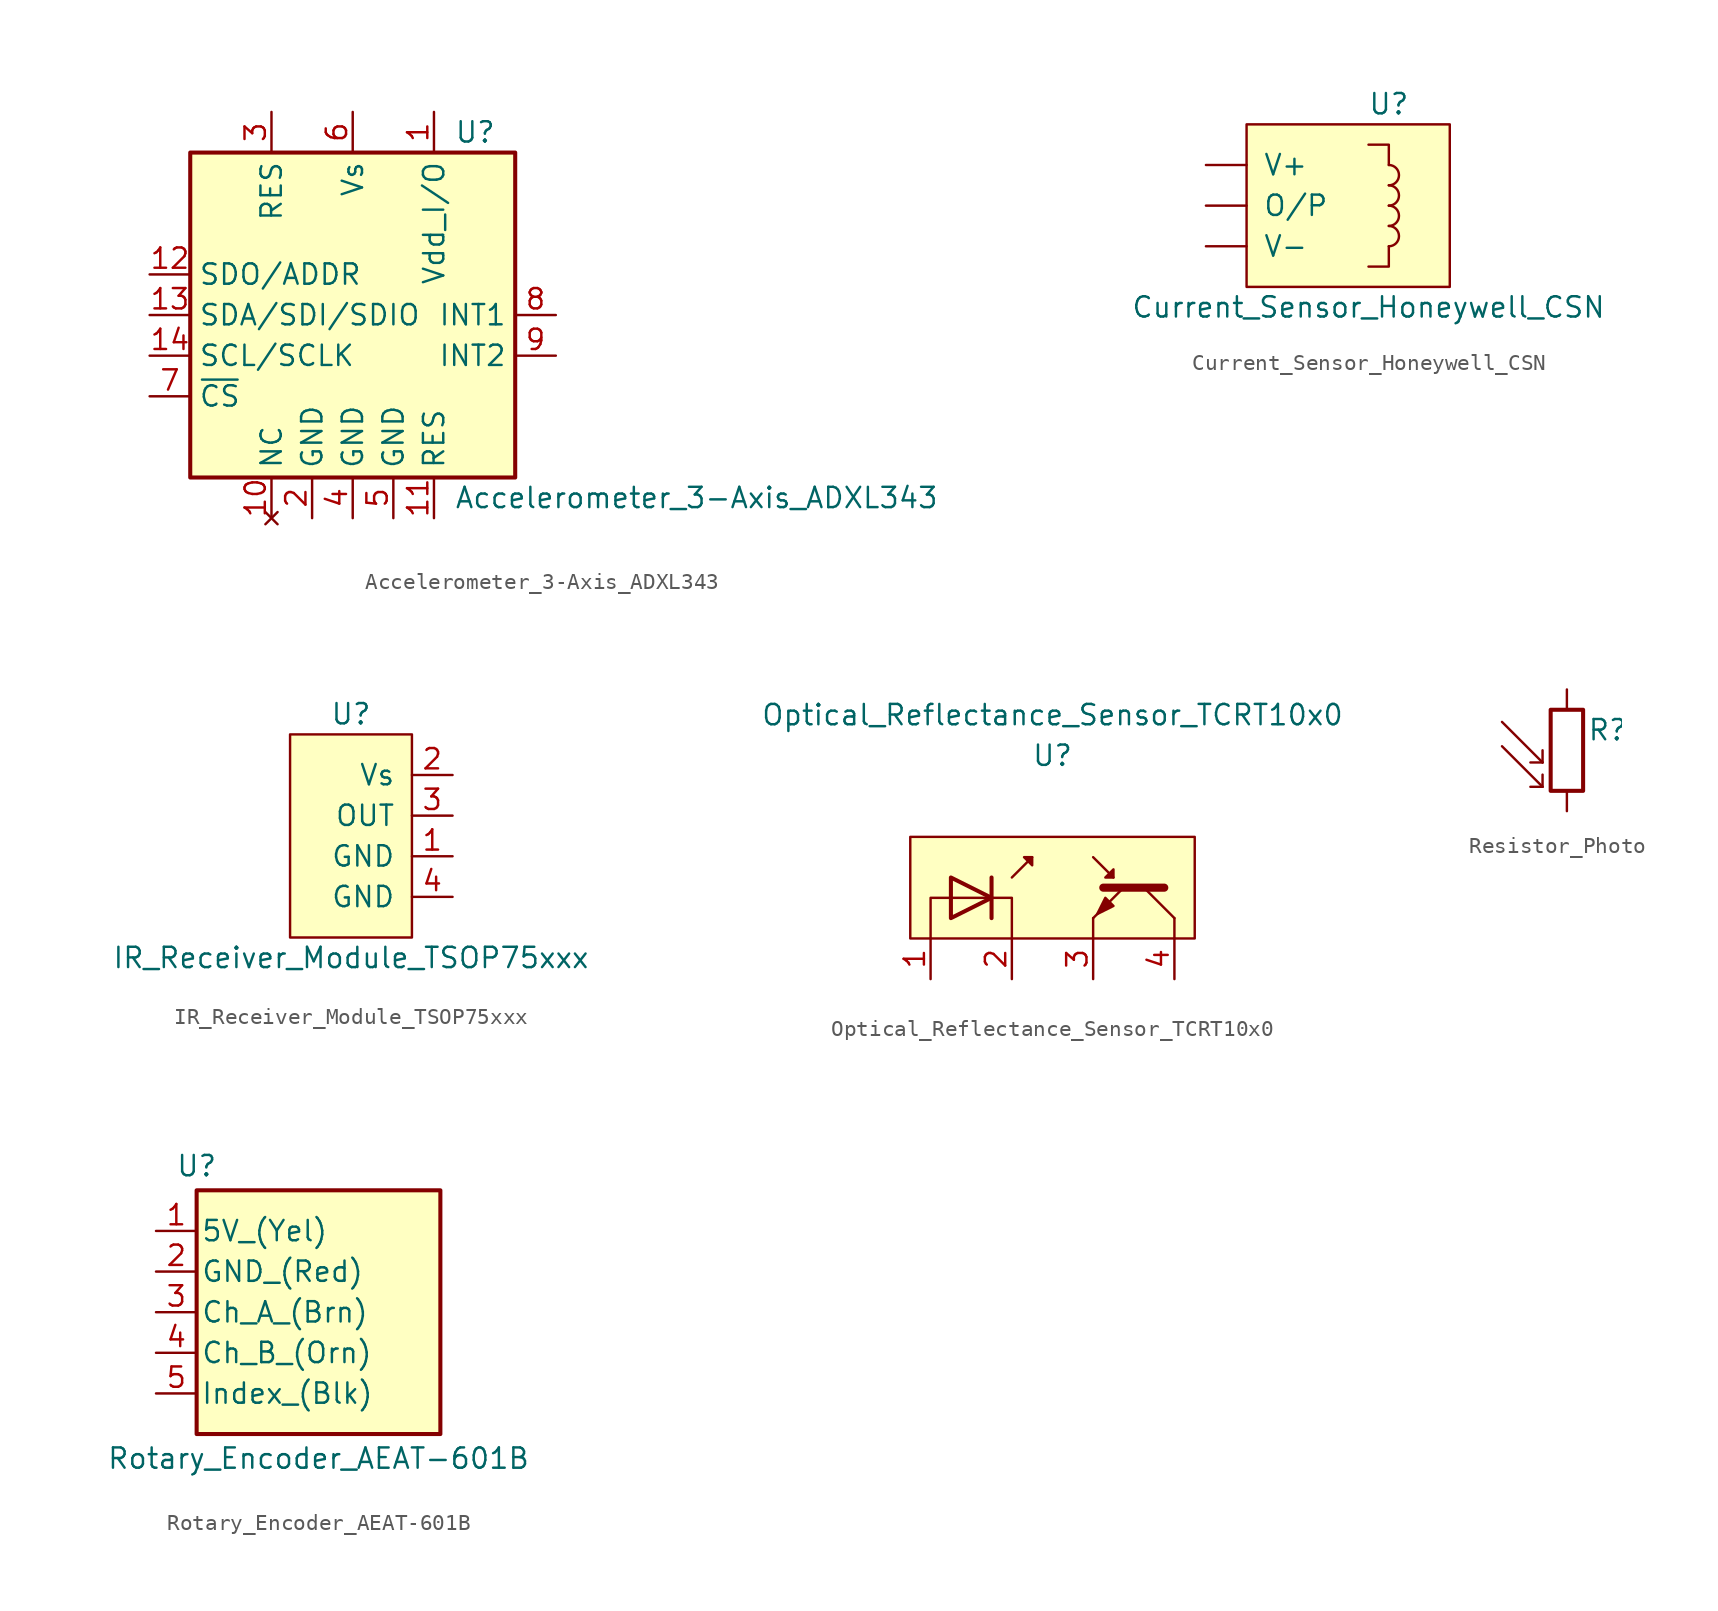
<source format=kicad_sym>
(kicad_symbol_lib
  (version 20211014)
  (generator kicad_symbol_editor)
  (symbol "Accelerometer_3-Axis_ADXL343"
    (property "Reference" "U"
      (at 6.35 11.43 0)
      (effects (font (size 1.27 1.27)) (justify left)))
    (property "Value" "Accelerometer_3-Axis_ADXL343"
      (at 6.35 -11.43 0)
      (effects (font (size 1.27 1.27)) (justify left)))
    (symbol "Accelerometer_3-Axis_ADXL343_0_1"
      (rectangle (start -10.16 10.16) (end 10.16 -10.16) (stroke (width 0.254) (type default) (color 0 0 0 0)) (fill (type background))))
    (symbol "Accelerometer_3-Axis_ADXL343_1_1"
      (pin power_in line (at 5.08 12.7 270) (length 2.54) (name "Vdd_I/O" (effects (font (size 1.27 1.27)))) (number "1" (effects (font (size 1.27 1.27)))))
      (pin no_connect line (at -5.08 -12.7 90) (length 2.54) (name "NC" (effects (font (size 1.27 1.27)))) (number "10" (effects (font (size 1.27 1.27)))))
      (pin passive line (at 5.08 -12.7 90) (length 2.54) (name "RES" (effects (font (size 1.27 1.27)))) (number "11" (effects (font (size 1.27 1.27)))))
      (pin bidirectional line (at -12.7 2.54 0) (length 2.54) (name "SDO/ADDR" (effects (font (size 1.27 1.27)))) (number "12" (effects (font (size 1.27 1.27)))))
      (pin bidirectional line (at -12.7 0 0) (length 2.54) (name "SDA/SDI/SDIO" (effects (font (size 1.27 1.27)))) (number "13" (effects (font (size 1.27 1.27)))))
      (pin input line (at -12.7 -2.54 0) (length 2.54) (name "SCL/SCLK" (effects (font (size 1.27 1.27)))) (number "14" (effects (font (size 1.27 1.27)))))
      (pin power_in line (at -2.54 -12.7 90) (length 2.54) (name "GND" (effects (font (size 1.27 1.27)))) (number "2" (effects (font (size 1.27 1.27)))))
      (pin passive line (at -5.08 12.7 270) (length 2.54) (name "RES" (effects (font (size 1.27 1.27)))) (number "3" (effects (font (size 1.27 1.27)))))
      (pin power_in line (at 0 -12.7 90) (length 2.54) (name "GND" (effects (font (size 1.27 1.27)))) (number "4" (effects (font (size 1.27 1.27)))))
      (pin power_in line (at 2.54 -12.7 90) (length 2.54) (name "GND" (effects (font (size 1.27 1.27)))) (number "5" (effects (font (size 1.27 1.27)))))
      (pin power_in line (at 0 12.7 270) (length 2.54) (name "Vs" (effects (font (size 1.27 1.27)))) (number "6" (effects (font (size 1.27 1.27)))))
      (pin input line (at -12.7 -5.08 0) (length 2.54) (name "~{CS}" (effects (font (size 1.27 1.27)))) (number "7" (effects (font (size 1.27 1.27)))))
      (pin output line (at 12.7 0 180) (length 2.54) (name "INT1" (effects (font (size 1.27 1.27)))) (number "8" (effects (font (size 1.27 1.27)))))
      (pin output line (at 12.7 -2.54 180) (length 2.54) (name "INT2" (effects (font (size 1.27 1.27)))) (number "9" (effects (font (size 1.27 1.27)))))))
  (symbol "Current_Sensor_Honeywell_CSN"
    (pin_numbers hide)
    (pin_names
      (offset 1.016))
    (property "Reference" "U"
      (at 2.54 6.35 0)
      (effects (font (size 1.27 1.27))))
    (property "Value" "Current_Sensor_Honeywell_CSN"
      (at 1.27 -6.35 0)
      (effects (font (size 1.27 1.27))))
    (symbol "Current_Sensor_Honeywell_CSN_0_1"
      (rectangle (start -6.35 5.08) (end 6.35 -5.08) (stroke (width 0) (type default) (color 0 0 0 0)) (fill (type background)))
      (polyline (pts (xy 2.54 -2.54) (xy 2.54 -3.81) (xy 1.27 -3.81)) (stroke (width 0) (type default) (color 0 0 0 0)) (fill (type none)))
      (polyline (pts (xy 2.54 2.54) (xy 2.54 3.81) (xy 1.27 3.81)) (stroke (width 0) (type default) (color 0 0 0 0)) (fill (type none))))
    (symbol "Current_Sensor_Honeywell_CSN_1_1"
      (arc (start 2.54 -2.54) (mid 3.175 -1.905) (end 2.54 -1.27) (stroke (width 0) (type default) (color 0 0 0 0)) (fill (type none)))
      (arc (start 2.54 -1.27) (mid 3.175 -0.635) (end 2.54 0) (stroke (width 0) (type default) (color 0 0 0 0)) (fill (type none)))
      (arc (start 2.54 0) (mid 3.175 0.635) (end 2.54 1.27) (stroke (width 0) (type default) (color 0 0 0 0)) (fill (type none)))
      (arc (start 2.54 1.27) (mid 3.175 1.905) (end 2.54 2.54) (stroke (width 0) (type default) (color 0 0 0 0)) (fill (type none)))
      (pin power_in line (at -8.89 2.54 0) (length 2.54) (name "V+" (effects (font (size 1.27 1.27)))) (number "1" (effects (font (size 1.27 1.27)))))
      (pin power_in line (at -8.89 -2.54 0) (length 2.54) (name "V-" (effects (font (size 1.27 1.27)))) (number "2" (effects (font (size 1.27 1.27)))))
      (pin output line (at -8.89 0 0) (length 2.54) (name "O/P" (effects (font (size 1.27 1.27)))) (number "3" (effects (font (size 1.27 1.27)))))))
  (symbol "IR_Receiver_Module_TSOP75xxx"
    (pin_names
      (offset 1.016))
    (property "Reference" "U"
      (at -1.27 8.89 0)
      (effects (font (size 1.27 1.27))))
    (property "Value" "IR_Receiver_Module_TSOP75xxx"
      (at -1.27 -6.35 0)
      (effects (font (size 1.27 1.27))))
    (symbol "IR_Receiver_Module_TSOP75xxx_0_1"
      (rectangle (start -5.08 7.62) (end 2.54 -5.08) (stroke (width 0) (type default) (color 0 0 0 0)) (fill (type background))))
    (symbol "IR_Receiver_Module_TSOP75xxx_1_1"
      (pin power_in line (at 5.08 0 180) (length 2.54) (name "GND" (effects (font (size 1.27 1.27)))) (number "1" (effects (font (size 1.27 1.27)))))
      (pin power_in line (at 5.08 5.08 180) (length 2.54) (name "Vs" (effects (font (size 1.27 1.27)))) (number "2" (effects (font (size 1.27 1.27)))))
      (pin output line (at 5.08 2.54 180) (length 2.54) (name "OUT" (effects (font (size 1.27 1.27)))) (number "3" (effects (font (size 1.27 1.27)))))
      (pin power_in line (at 5.08 -2.54 180) (length 2.54) (name "GND" (effects (font (size 1.27 1.27)))) (number "4" (effects (font (size 1.27 1.27)))))))
  (symbol "Optical_Reflectance_Sensor_TCRT10x0"
    (pin_names
      (offset 0) hide)
    (property "Reference" "U"
      (at 0 13.97 0)
      (effects (font (size 1.27 1.27))))
    (property "Value" "Optical_Reflectance_Sensor_TCRT10x0"
      (at 0 16.51 0)
      (effects (font (size 1.27 1.27))))
    (symbol "Optical_Reflectance_Sensor_TCRT10x0_0_0"
      (pin unspecified line (at -7.62 0 90) (length 2.54) (name "A" (effects (font (size 1.27 1.27)))) (number "1" (effects (font (size 1.27 1.27)))))
      (pin unspecified line (at -2.54 0 90) (length 2.54) (name "K" (effects (font (size 1.27 1.27)))) (number "2" (effects (font (size 1.27 1.27)))))
      (pin unspecified line (at 2.54 0 90) (length 2.54) (name "E" (effects (font (size 1.27 1.27)))) (number "3" (effects (font (size 1.27 1.27)))))
      (pin unspecified line (at 7.62 0 90) (length 2.54) (name "C" (effects (font (size 1.27 1.27)))) (number "4" (effects (font (size 1.27 1.27))))))
    (symbol "Optical_Reflectance_Sensor_TCRT10x0_0_1"
      (rectangle (start -8.89 8.89) (end 8.89 2.54) (stroke (width 0) (type default) (color 0 0 0 0)) (fill (type background)))
      (polyline (pts (xy -2.54 6.35) (xy -1.27 7.62)) (stroke (width 0) (type default) (color 0 0 0 0)) (fill (type none)))
      (polyline (pts (xy 2.54 3.81) (xy 2.54 2.54)) (stroke (width 0) (type default) (color 0 0 0 0)) (fill (type none)))
      (polyline (pts (xy 2.54 7.62) (xy 3.81 6.35)) (stroke (width 0) (type default) (color 0 0 0 0)) (fill (type none)))
      (polyline (pts (xy 7.62 2.54) (xy 7.62 3.81)) (stroke (width 0) (type default) (color 0 0 0 0)) (fill (type none)))
      (polyline (pts (xy -7.62 2.54) (xy -7.62 5.08) (xy -6.35 5.08)) (stroke (width 0) (type default) (color 0 0 0 0)) (fill (type none)))
      (polyline (pts (xy -3.81 5.08) (xy -2.54 5.08) (xy -2.54 2.54)) (stroke (width 0) (type default) (color 0 0 0 0)) (fill (type none)))
      (polyline (pts (xy -1.778 7.62) (xy -1.27 7.62) (xy -1.27 7.112) (xy -1.778 7.62)) (stroke (width 0) (type default) (color 0 0 0 0)) (fill (type outline)))
      (polyline (pts (xy 3.302 6.35) (xy 3.81 6.35) (xy 3.81 6.858) (xy 3.302 6.35)) (stroke (width 0) (type default) (color 0 0 0 0)) (fill (type outline))))
    (symbol "Optical_Reflectance_Sensor_TCRT10x0_1_1"
      (polyline (pts (xy -6.35 5.08) (xy -3.81 5.08)) (stroke (width 0) (type default) (color 0 0 0 0)) (fill (type none)))
      (polyline (pts (xy -3.81 3.81) (xy -3.81 6.35)) (stroke (width 0.254) (type default) (color 0 0 0 0)) (fill (type none)))
      (polyline (pts (xy 5.715 5.715) (xy 7.62 3.81)) (stroke (width 0) (type default) (color 0 0 0 0)) (fill (type none)))
      (polyline (pts (xy 4.445 5.715) (xy 2.54 3.81) (xy 2.54 3.81)) (stroke (width 0) (type default) (color 0 0 0 0)) (fill (type none)))
      (polyline (pts (xy 6.985 5.715) (xy 3.175 5.715) (xy 3.175 5.715)) (stroke (width 0.508) (type default) (color 0 0 0 0)) (fill (type none)))
      (polyline (pts (xy -6.35 3.81) (xy -6.35 6.35) (xy -3.81 5.08) (xy -6.35 3.81)) (stroke (width 0.254) (type default) (color 0 0 0 0)) (fill (type none)))
      (polyline (pts (xy 3.302 5.08) (xy 3.81 4.572) (xy 2.794 4.064) (xy 3.302 5.08) (xy 3.302 5.08)) (stroke (width 0) (type default) (color 0 0 0 0)) (fill (type outline)))))
  (symbol "Resistor_Photo"
    (pin_numbers hide)
    (pin_names
      (offset 0))
    (property "Reference" "R"
      (at 1.27 1.27 0)
      (effects (font (size 1.27 1.27)) (justify left)))
    (symbol "Resistor_Photo_0_1"
      (rectangle (start -1.016 2.54) (end 1.016 -2.54) (stroke (width 0.254) (type default) (color 0 0 0 0)) (fill (type none)))
      (polyline (pts (xy -1.524 -2.286) (xy -4.064 0.254)) (stroke (width 0) (type default) (color 0 0 0 0)) (fill (type none)))
      (polyline (pts (xy -1.524 -2.286) (xy -2.286 -2.286)) (stroke (width 0) (type default) (color 0 0 0 0)) (fill (type none)))
      (polyline (pts (xy -1.524 -2.286) (xy -1.524 -1.524)) (stroke (width 0) (type default) (color 0 0 0 0)) (fill (type none)))
      (polyline (pts (xy -1.524 -0.762) (xy -4.064 1.778)) (stroke (width 0) (type default) (color 0 0 0 0)) (fill (type none)))
      (polyline (pts (xy -1.524 -0.762) (xy -2.286 -0.762)) (stroke (width 0) (type default) (color 0 0 0 0)) (fill (type none)))
      (polyline (pts (xy -1.524 -0.762) (xy -1.524 0)) (stroke (width 0) (type default) (color 0 0 0 0)) (fill (type none))))
    (symbol "Resistor_Photo_1_1"
      (pin passive line (at 0 3.81 270) (length 1.27) (name "~" (effects (font (size 1.27 1.27)))) (number "1" (effects (font (size 1.27 1.27)))))
      (pin passive line (at 0 -3.81 90) (length 1.27) (name "~" (effects (font (size 1.27 1.27)))) (number "2" (effects (font (size 1.27 1.27)))))))
  (symbol "Rotary_Encoder_AEAT-601B"
    (pin_names
      (offset 0.254))
    (property "Reference" "U"
      (at -7.62 9.144 0)
      (effects (font (size 1.27 1.27))))
    (property "Value" "Rotary_Encoder_AEAT-601B"
      (at 0 -9.144 0)
      (effects (font (size 1.27 1.27))))
    (symbol "Rotary_Encoder_AEAT-601B_0_0"
      (pin power_in line (at -10.16 5.08 0) (length 2.54) (name "5V_(Yel)" (effects (font (size 1.27 1.27)))) (number "1" (effects (font (size 1.27 1.27)))))
      (pin power_in line (at -10.16 2.54 0) (length 2.54) (name "GND_(Red)" (effects (font (size 1.27 1.27)))) (number "2" (effects (font (size 1.27 1.27)))))
      (pin output line (at -10.16 0 0) (length 2.54) (name "Ch_A_(Brn)" (effects (font (size 1.27 1.27)))) (number "3" (effects (font (size 1.27 1.27)))))
      (pin output line (at -10.16 -2.54 0) (length 2.54) (name "Ch_B_(Orn)" (effects (font (size 1.27 1.27)))) (number "4" (effects (font (size 1.27 1.27)))))
      (pin output line (at -10.16 -5.08 0) (length 2.54) (name "Index_(Blk)" (effects (font (size 1.27 1.27)))) (number "5" (effects (font (size 1.27 1.27))))))
    (symbol "Rotary_Encoder_AEAT-601B_0_1"
      (rectangle (start -7.62 7.62) (end 7.62 -7.62) (stroke (width 0.254) (type default) (color 0 0 0 0)) (fill (type background))))))
</source>
